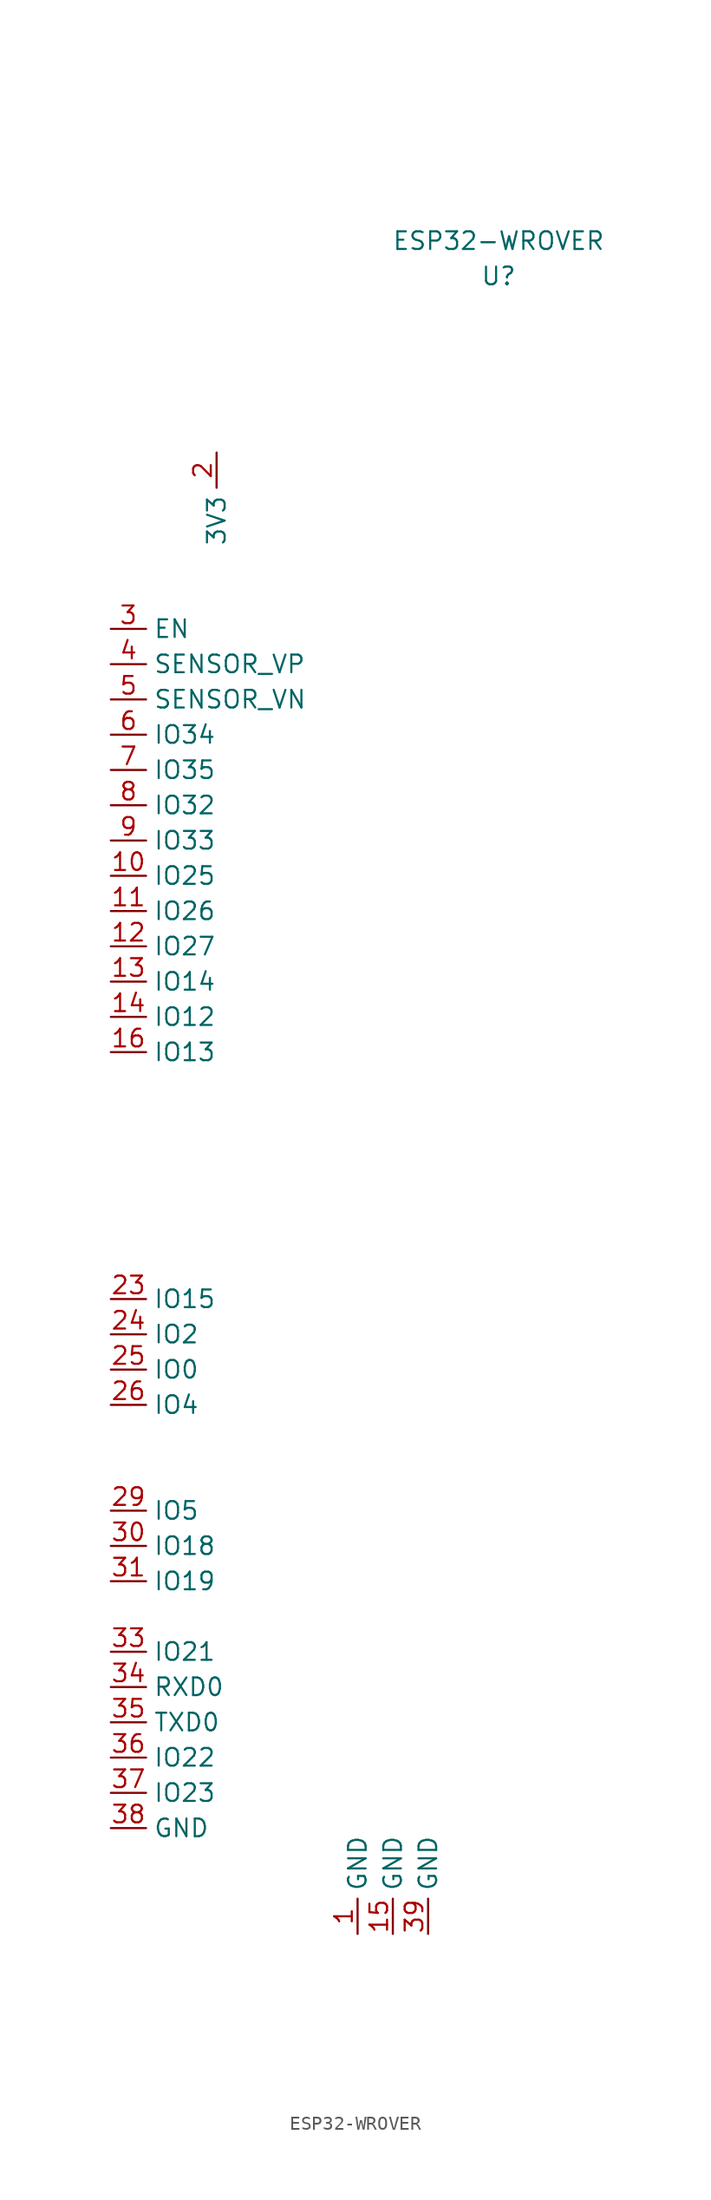
<source format=kicad_sym>
(kicad_symbol_lib
  (version 20211014)
  (generator kicad_symbol_editor)
  (symbol "ESP32-WROVER"
    (property "Reference" "U"
      (at 0 33.02 0)
      (effects (font (size 1.27 1.27))))
    (property "Value" "ESP32-WROVER"
      (at 0 35.56 0)
      (effects (font (size 1.27 1.27))))
    (symbol "ESP32-WROVER_1_1"
      (pin power_in line (at -10.16 -86.36 90) (length 2.54) (name "GND" (effects (font (size 1.27 1.27)))) (number "1" (effects (font (size 1.27 1.27)))))
      (pin bidirectional line (at -27.94 -10.16 0) (length 2.54) (name "IO25" (effects (font (size 1.27 1.27)))) (number "10" (effects (font (size 1.27 1.27)))))
      (pin bidirectional line (at -27.94 -12.7 0) (length 2.54) (name "IO26" (effects (font (size 1.27 1.27)))) (number "11" (effects (font (size 1.27 1.27)))))
      (pin bidirectional line (at -27.94 -15.24 0) (length 2.54) (name "IO27" (effects (font (size 1.27 1.27)))) (number "12" (effects (font (size 1.27 1.27)))))
      (pin bidirectional line (at -27.94 -17.78 0) (length 2.54) (name "IO14" (effects (font (size 1.27 1.27)))) (number "13" (effects (font (size 1.27 1.27)))))
      (pin bidirectional line (at -27.94 -20.32 0) (length 2.54) (name "IO12" (effects (font (size 1.27 1.27)))) (number "14" (effects (font (size 1.27 1.27)))))
      (pin power_in line (at -7.62 -86.36 90) (length 2.54) (name "GND" (effects (font (size 1.27 1.27)))) (number "15" (effects (font (size 1.27 1.27)))))
      (pin bidirectional line (at -27.94 -22.86 0) (length 2.54) (name "IO13" (effects (font (size 1.27 1.27)))) (number "16" (effects (font (size 1.27 1.27)))))
      (pin no_connect line (at -27.94 -25.4 0) (length 2.54) hide (name "NC" (effects (font (size 1.27 1.27)))) (number "17" (effects (font (size 1.27 1.27)))))
      (pin no_connect line (at -27.94 -27.94 0) (length 2.54) hide (name "NC" (effects (font (size 1.27 1.27)))) (number "18" (effects (font (size 1.27 1.27)))))
      (pin no_connect line (at -27.94 -30.48 0) (length 2.54) hide (name "NC" (effects (font (size 1.27 1.27)))) (number "19" (effects (font (size 1.27 1.27)))))
      (pin power_in line (at -20.32 20.32 270) (length 2.54) (name "3V3" (effects (font (size 1.27 1.27)))) (number "2" (effects (font (size 1.27 1.27)))))
      (pin no_connect line (at -27.94 -33.02 0) (length 2.54) hide (name "NC" (effects (font (size 1.27 1.27)))) (number "20" (effects (font (size 1.27 1.27)))))
      (pin no_connect line (at -27.94 -35.56 0) (length 2.54) hide (name "NC" (effects (font (size 1.27 1.27)))) (number "21" (effects (font (size 1.27 1.27)))))
      (pin no_connect line (at -27.94 -38.1 0) (length 2.54) hide (name "NC" (effects (font (size 1.27 1.27)))) (number "22" (effects (font (size 1.27 1.27)))))
      (pin bidirectional line (at -27.94 -40.64 0) (length 2.54) (name "IO15" (effects (font (size 1.27 1.27)))) (number "23" (effects (font (size 1.27 1.27)))))
      (pin bidirectional line (at -27.94 -43.18 0) (length 2.54) (name "IO2" (effects (font (size 1.27 1.27)))) (number "24" (effects (font (size 1.27 1.27)))))
      (pin bidirectional line (at -27.94 -45.72 0) (length 2.54) (name "IO0" (effects (font (size 1.27 1.27)))) (number "25" (effects (font (size 1.27 1.27)))))
      (pin bidirectional line (at -27.94 -48.26 0) (length 2.54) (name "IO4" (effects (font (size 1.27 1.27)))) (number "26" (effects (font (size 1.27 1.27)))))
      (pin no_connect line (at -27.94 -50.8 0) (length 2.54) hide (name "NC" (effects (font (size 1.27 1.27)))) (number "27" (effects (font (size 1.27 1.27)))))
      (pin no_connect line (at -27.94 -53.34 0) (length 2.54) hide (name "NC" (effects (font (size 1.27 1.27)))) (number "28" (effects (font (size 1.27 1.27)))))
      (pin bidirectional line (at -27.94 -55.88 0) (length 2.54) (name "IO5" (effects (font (size 1.27 1.27)))) (number "29" (effects (font (size 1.27 1.27)))))
      (pin input line (at -27.94 7.62 0) (length 2.54) (name "EN" (effects (font (size 1.27 1.27)))) (number "3" (effects (font (size 1.27 1.27)))))
      (pin bidirectional line (at -27.94 -58.42 0) (length 2.54) (name "IO18" (effects (font (size 1.27 1.27)))) (number "30" (effects (font (size 1.27 1.27)))))
      (pin bidirectional line (at -27.94 -60.96 0) (length 2.54) (name "IO19" (effects (font (size 1.27 1.27)))) (number "31" (effects (font (size 1.27 1.27)))))
      (pin no_connect line (at -27.94 -63.5 0) (length 2.54) hide (name "NC" (effects (font (size 1.27 1.27)))) (number "32" (effects (font (size 1.27 1.27)))))
      (pin bidirectional line (at -27.94 -66.04 0) (length 2.54) (name "IO21" (effects (font (size 1.27 1.27)))) (number "33" (effects (font (size 1.27 1.27)))))
      (pin bidirectional line (at -27.94 -68.58 0) (length 2.54) (name "RXD0" (effects (font (size 1.27 1.27)))) (number "34" (effects (font (size 1.27 1.27)))))
      (pin bidirectional line (at -27.94 -71.12 0) (length 2.54) (name "TXD0" (effects (font (size 1.27 1.27)))) (number "35" (effects (font (size 1.27 1.27)))))
      (pin bidirectional line (at -27.94 -73.66 0) (length 2.54) (name "IO22" (effects (font (size 1.27 1.27)))) (number "36" (effects (font (size 1.27 1.27)))))
      (pin bidirectional line (at -27.94 -76.2 0) (length 2.54) (name "IO23" (effects (font (size 1.27 1.27)))) (number "37" (effects (font (size 1.27 1.27)))))
      (pin power_in line (at -27.94 -78.74 0) (length 2.54) (name "GND" (effects (font (size 1.27 1.27)))) (number "38" (effects (font (size 1.27 1.27)))))
      (pin power_in line (at -5.08 -86.36 90) (length 2.54) (name "GND" (effects (font (size 1.27 1.27)))) (number "39" (effects (font (size 1.27 1.27)))))
      (pin input line (at -27.94 5.08 0) (length 2.54) (name "SENSOR_VP" (effects (font (size 1.27 1.27)))) (number "4" (effects (font (size 1.27 1.27)))))
      (pin input line (at -27.94 2.54 0) (length 2.54) (name "SENSOR_VN" (effects (font (size 1.27 1.27)))) (number "5" (effects (font (size 1.27 1.27)))))
      (pin input line (at -27.94 0 0) (length 2.54) (name "IO34" (effects (font (size 1.27 1.27)))) (number "6" (effects (font (size 1.27 1.27)))))
      (pin input line (at -27.94 -2.54 0) (length 2.54) (name "IO35" (effects (font (size 1.27 1.27)))) (number "7" (effects (font (size 1.27 1.27)))))
      (pin bidirectional line (at -27.94 -5.08 0) (length 2.54) (name "IO32" (effects (font (size 1.27 1.27)))) (number "8" (effects (font (size 1.27 1.27)))))
      (pin bidirectional line (at -27.94 -7.62 0) (length 2.54) (name "IO33" (effects (font (size 1.27 1.27)))) (number "9" (effects (font (size 1.27 1.27))))))))
</source>
